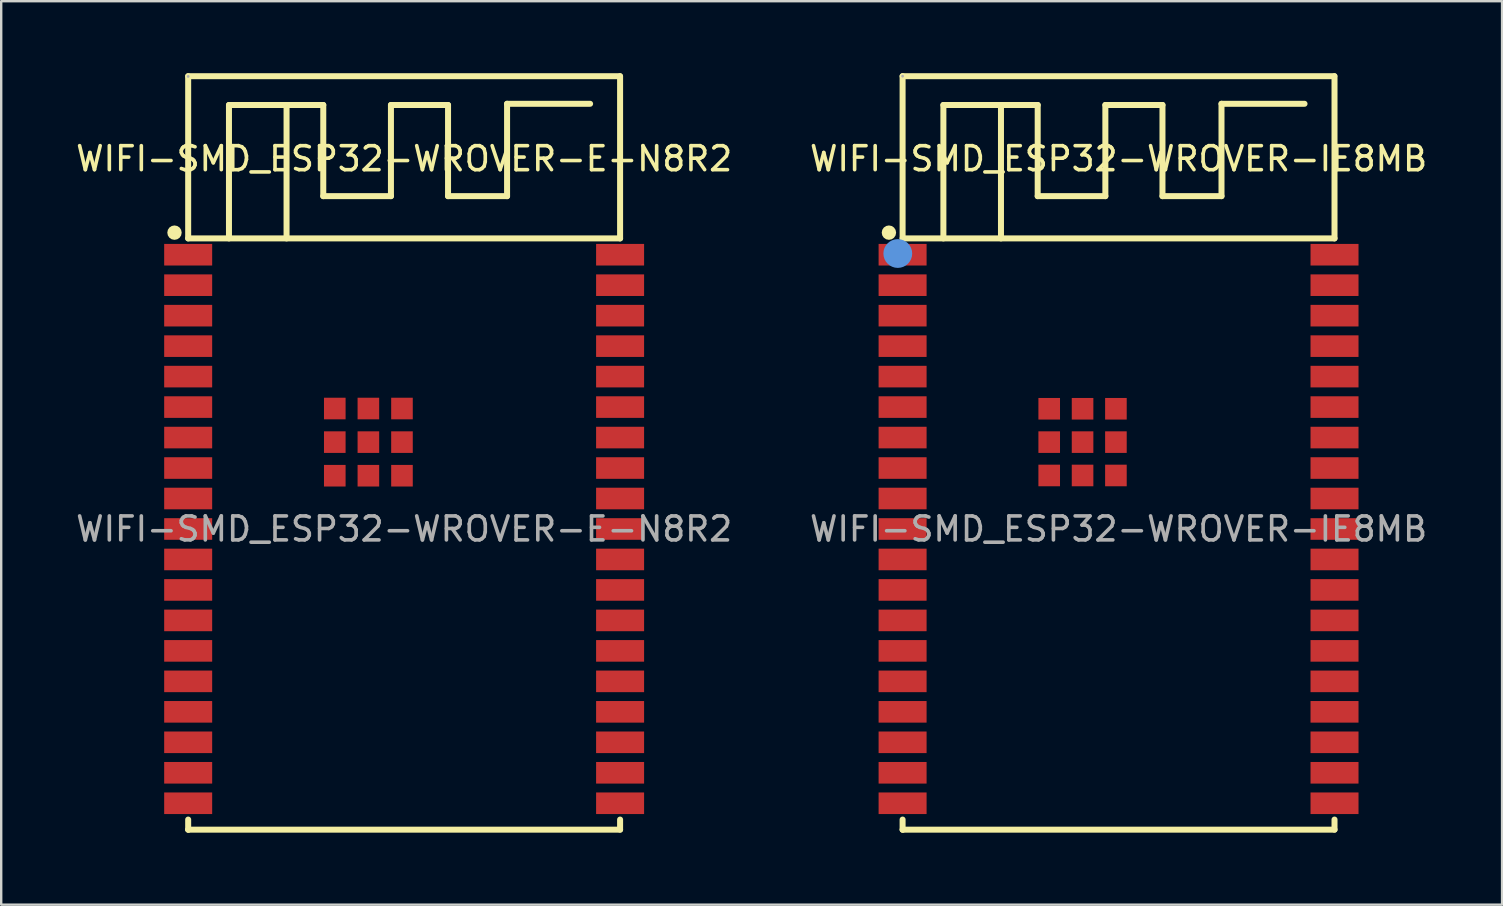
<source format=kicad_pcb>
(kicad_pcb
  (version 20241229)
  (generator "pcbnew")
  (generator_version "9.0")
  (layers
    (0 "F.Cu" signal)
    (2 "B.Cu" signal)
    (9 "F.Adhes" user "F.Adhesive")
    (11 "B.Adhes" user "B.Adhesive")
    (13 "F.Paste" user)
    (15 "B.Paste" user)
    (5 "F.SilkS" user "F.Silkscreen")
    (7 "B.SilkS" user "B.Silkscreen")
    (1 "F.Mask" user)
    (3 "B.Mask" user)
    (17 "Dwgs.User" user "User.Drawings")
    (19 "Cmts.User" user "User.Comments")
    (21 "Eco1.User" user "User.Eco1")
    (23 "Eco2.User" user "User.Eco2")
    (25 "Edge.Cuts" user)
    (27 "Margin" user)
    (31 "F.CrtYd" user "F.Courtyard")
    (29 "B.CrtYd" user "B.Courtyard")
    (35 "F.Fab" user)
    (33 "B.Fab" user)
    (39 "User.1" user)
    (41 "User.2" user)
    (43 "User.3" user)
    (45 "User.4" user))
  (footprint "WIFI-SMD_ESP32-WROVER-IE8MB"
    (layer "F.Cu")
    (at 43.565 18.995)
    (property "Reference" "WIFI-SMD_ESP32-WROVER-IE8MB" (at 0 -15.43 0) (layer "F.SilkS") (effects (font (size 1 1) (thickness 0.15))))
    (attr smd)
    (fp_line (start -9 -18.87) (end 8.99 -18.87) (stroke (width 0.25) (type solid)) (layer "F.SilkS"))
    (fp_line (start -9 -12.11) (end -9 -18.87) (stroke (width 0.25) (type solid)) (layer "F.SilkS"))
    (fp_line (start -9 -12.11) (end 9 -12.11) (stroke (width 0.25) (type solid)) (layer "F.SilkS"))
    (fp_line (start -9 12.53) (end -9 12.11) (stroke (width 0.25) (type solid)) (layer "F.SilkS"))
    (fp_line (start -8.99 12.53) (end -9 12.53) (stroke (width 0.25) (type solid)) (layer "F.SilkS"))
    (fp_line (start -7.3 -17.67) (end -3.37 -17.67) (stroke (width 0.25) (type solid)) (layer "F.SilkS"))
    (fp_line (start -7.3 -12.11) (end -7.3 -17.67) (stroke (width 0.25) (type solid)) (layer "F.SilkS"))
    (fp_line (start -4.9 -17.67) (end -4.9 -12.11) (stroke (width 0.25) (type solid)) (layer "F.SilkS"))
    (fp_line (start -4.56 -17.67) (end -4.9 -17.67) (stroke (width 0.25) (type solid)) (layer "F.SilkS"))
    (fp_line (start -3.37 -17.67) (end -3.37 -13.87) (stroke (width 0.25) (type solid)) (layer "F.SilkS"))
    (fp_line (start -3.37 -13.87) (end -0.55 -13.87) (stroke (width 0.25) (type solid)) (layer "F.SilkS"))
    (fp_line (start -0.55 -17.67) (end 1.83 -17.67) (stroke (width 0.25) (type solid)) (layer "F.SilkS"))
    (fp_line (start -0.55 -13.87) (end -0.55 -17.67) (stroke (width 0.25) (type solid)) (layer "F.SilkS"))
    (fp_line (start 1.83 -17.67) (end 1.83 -13.87) (stroke (width 0.25) (type solid)) (layer "F.SilkS"))
    (fp_line (start 1.83 -13.87) (end 4.29 -13.87) (stroke (width 0.25) (type solid)) (layer "F.SilkS"))
    (fp_line (start 4.29 -17.72) (end 7.75 -17.72) (stroke (width 0.25) (type solid)) (layer "F.SilkS"))
    (fp_line (start 4.29 -13.87) (end 4.29 -17.72) (stroke (width 0.25) (type solid)) (layer "F.SilkS"))
    (fp_line (start 9 -18.87) (end 9 -12.11) (stroke (width 0.25) (type solid)) (layer "F.SilkS"))
    (fp_line (start 9 12.11) (end 9 12.53) (stroke (width 0.25) (type solid)) (layer "F.SilkS"))
    (fp_line (start 9 12.53) (end -8.99 12.53) (stroke (width 0.25) (type solid)) (layer "F.SilkS"))
    (fp_circle (center -9.57 -12.35) (end -9.42 -12.35) (stroke (width 0.3) (type solid)) (fill no) (layer "F.SilkS"))
    (fp_circle (center -9.2 -11.48) (end -8.9 -11.48) (stroke (width 0.6) (type solid)) (fill no) (layer "Cmts.User"))
    (fp_circle (center -9 -18.87) (end -8.97 -18.87) (stroke (width 0.06) (type solid)) (fill no) (layer "F.Fab"))
    (fp_text user "${REFERENCE}" (at 0 0 0) (layer "F.Fab") (effects (font (size 1 1) (thickness 0.15))))
    (pad "1" smd rect (at -9 -11.43) (size 2 0.9) (layers "F.Cu" "F.Mask" "F.Paste"))
    (pad "2" smd rect (at -9 -10.16) (size 2 0.9) (layers "F.Cu" "F.Mask" "F.Paste"))
    (pad "3" smd rect (at -9 -8.89) (size 2 0.9) (layers "F.Cu" "F.Mask" "F.Paste"))
    (pad "4" smd rect (at -9 -7.62) (size 2 0.9) (layers "F.Cu" "F.Mask" "F.Paste"))
    (pad "5" smd rect (at -9 -6.35) (size 2 0.9) (layers "F.Cu" "F.Mask" "F.Paste"))
    (pad "6" smd rect (at -9 -5.08) (size 2 0.9) (layers "F.Cu" "F.Mask" "F.Paste"))
    (pad "7" smd rect (at -9 -3.81) (size 2 0.9) (layers "F.Cu" "F.Mask" "F.Paste"))
    (pad "8" smd rect (at -9 -2.54) (size 2 0.9) (layers "F.Cu" "F.Mask" "F.Paste"))
    (pad "9" smd rect (at -9 -1.27) (size 2 0.9) (layers "F.Cu" "F.Mask" "F.Paste"))
    (pad "10" smd rect (at -9 0) (size 2 0.9) (layers "F.Cu" "F.Mask" "F.Paste"))
    (pad "11" smd rect (at -9 1.27) (size 2 0.9) (layers "F.Cu" "F.Mask" "F.Paste"))
    (pad "12" smd rect (at -9 2.54) (size 2 0.9) (layers "F.Cu" "F.Mask" "F.Paste"))
    (pad "13" smd rect (at -9 3.81) (size 2 0.9) (layers "F.Cu" "F.Mask" "F.Paste"))
    (pad "14" smd rect (at -9 5.08) (size 2 0.9) (layers "F.Cu" "F.Mask" "F.Paste"))
    (pad "15" smd rect (at -9 6.35) (size 2 0.9) (layers "F.Cu" "F.Mask" "F.Paste"))
    (pad "16" smd rect (at -9 7.62) (size 2 0.9) (layers "F.Cu" "F.Mask" "F.Paste"))
    (pad "17" smd rect (at -9 8.89) (size 2 0.9) (layers "F.Cu" "F.Mask" "F.Paste"))
    (pad "18" smd rect (at -9 10.16) (size 2 0.9) (layers "F.Cu" "F.Mask" "F.Paste"))
    (pad "19" smd rect (at -9 11.43) (size 2 0.9) (layers "F.Cu" "F.Mask" "F.Paste"))
    (pad "20" smd rect (at 9 11.43) (size 2 0.9) (layers "F.Cu" "F.Mask" "F.Paste"))
    (pad "21" smd rect (at 9 10.16) (size 2 0.9) (layers "F.Cu" "F.Mask" "F.Paste"))
    (pad "22" smd rect (at 9 8.89) (size 2 0.9) (layers "F.Cu" "F.Mask" "F.Paste"))
    (pad "23" smd rect (at 9 7.62) (size 2 0.9) (layers "F.Cu" "F.Mask" "F.Paste"))
    (pad "24" smd rect (at 9 6.35) (size 2 0.9) (layers "F.Cu" "F.Mask" "F.Paste"))
    (pad "25" smd rect (at 9 5.08) (size 2 0.9) (layers "F.Cu" "F.Mask" "F.Paste"))
    (pad "26" smd rect (at 9 3.81) (size 2 0.9) (layers "F.Cu" "F.Mask" "F.Paste"))
    (pad "27" smd rect (at 9 2.54) (size 2 0.9) (layers "F.Cu" "F.Mask" "F.Paste"))
    (pad "28" smd rect (at 9 1.27) (size 2 0.9) (layers "F.Cu" "F.Mask" "F.Paste"))
    (pad "29" smd rect (at 9 0) (size 2 0.9) (layers "F.Cu" "F.Mask" "F.Paste"))
    (pad "30" smd rect (at 9 -1.27) (size 2 0.9) (layers "F.Cu" "F.Mask" "F.Paste"))
    (pad "31" smd rect (at 9 -2.54) (size 2 0.9) (layers "F.Cu" "F.Mask" "F.Paste"))
    (pad "32" smd rect (at 9 -3.81) (size 2 0.9) (layers "F.Cu" "F.Mask" "F.Paste"))
    (pad "33" smd rect (at 9 -5.08) (size 2 0.9) (layers "F.Cu" "F.Mask" "F.Paste"))
    (pad "34" smd rect (at 9 -6.35) (size 2 0.9) (layers "F.Cu" "F.Mask" "F.Paste"))
    (pad "35" smd rect (at 9 -7.62) (size 2 0.9) (layers "F.Cu" "F.Mask" "F.Paste"))
    (pad "36" smd rect (at 9 -8.89) (size 2 0.9) (layers "F.Cu" "F.Mask" "F.Paste"))
    (pad "37" smd rect (at 9 -10.16) (size 2 0.9) (layers "F.Cu" "F.Mask" "F.Paste"))
    (pad "38" smd rect (at 9 -11.43) (size 2 0.9) (layers "F.Cu" "F.Mask" "F.Paste"))
    (pad "39" smd rect (at -2.89 -5.01) (size 0.9 0.9) (layers "F.Cu" "F.Mask" "F.Paste"))
    (pad "39" smd rect (at -2.89 -3.62) (size 0.9 0.9) (layers "F.Cu" "F.Mask" "F.Paste"))
    (pad "39" smd rect (at -2.89 -2.23) (size 0.9 0.9) (layers "F.Cu" "F.Mask" "F.Paste"))
    (pad "39" smd rect (at -1.5 -5.01) (size 0.9 0.9) (layers "F.Cu" "F.Mask" "F.Paste"))
    (pad "39" smd rect (at -1.5 -3.62) (size 0.9 0.9) (layers "F.Cu" "F.Mask" "F.Paste"))
    (pad "39" smd rect (at -1.5 -2.23) (size 0.9 0.9) (layers "F.Cu" "F.Mask" "F.Paste"))
    (pad "39" smd rect (at -0.11 -5.01) (size 0.9 0.9) (layers "F.Cu" "F.Mask" "F.Paste"))
    (pad "39" smd rect (at -0.11 -3.62) (size 0.9 0.9) (layers "F.Cu" "F.Mask" "F.Paste"))
    (pad "39" smd rect (at -0.11 -2.23) (size 0.9 0.9) (layers "F.Cu" "F.Mask" "F.Paste")))
  (footprint "WIFI-SMD_ESP32-WROVER-E-N8R2"
    (layer "F.Cu")
    (at 13.792 18.995)
    (property "Reference" "WIFI-SMD_ESP32-WROVER-E-N8R2" (at 0 -15.43 0) (layer "F.SilkS") (effects (font (size 1 1) (thickness 0.15))))
    (attr smd)
    (fp_line (start -9 -18.87) (end 8.99 -18.87) (stroke (width 0.25) (type solid)) (layer "F.SilkS"))
    (fp_line (start -9 -12.11) (end -9 -18.87) (stroke (width 0.25) (type solid)) (layer "F.SilkS"))
    (fp_line (start -9 -12.11) (end 9 -12.11) (stroke (width 0.25) (type solid)) (layer "F.SilkS"))
    (fp_line (start -9 12.53) (end -9 12.11) (stroke (width 0.25) (type solid)) (layer "F.SilkS"))
    (fp_line (start -8.99 12.53) (end -9 12.53) (stroke (width 0.25) (type solid)) (layer "F.SilkS"))
    (fp_line (start -7.3 -17.67) (end -3.37 -17.67) (stroke (width 0.25) (type solid)) (layer "F.SilkS"))
    (fp_line (start -7.3 -12.11) (end -7.3 -17.67) (stroke (width 0.25) (type solid)) (layer "F.SilkS"))
    (fp_line (start -4.9 -17.67) (end -4.9 -12.11) (stroke (width 0.25) (type solid)) (layer "F.SilkS"))
    (fp_line (start -4.56 -17.67) (end -4.9 -17.67) (stroke (width 0.25) (type solid)) (layer "F.SilkS"))
    (fp_line (start -3.37 -17.67) (end -3.37 -13.87) (stroke (width 0.25) (type solid)) (layer "F.SilkS"))
    (fp_line (start -3.37 -13.87) (end -0.55 -13.87) (stroke (width 0.25) (type solid)) (layer "F.SilkS"))
    (fp_line (start -0.55 -17.67) (end 1.83 -17.67) (stroke (width 0.25) (type solid)) (layer "F.SilkS"))
    (fp_line (start -0.55 -13.87) (end -0.55 -17.67) (stroke (width 0.25) (type solid)) (layer "F.SilkS"))
    (fp_line (start 1.83 -17.67) (end 1.83 -13.87) (stroke (width 0.25) (type solid)) (layer "F.SilkS"))
    (fp_line (start 1.83 -13.87) (end 4.29 -13.87) (stroke (width 0.25) (type solid)) (layer "F.SilkS"))
    (fp_line (start 4.29 -17.72) (end 7.75 -17.72) (stroke (width 0.25) (type solid)) (layer "F.SilkS"))
    (fp_line (start 4.29 -13.87) (end 4.29 -17.72) (stroke (width 0.25) (type solid)) (layer "F.SilkS"))
    (fp_line (start 9 -18.87) (end 9 -12.11) (stroke (width 0.25) (type solid)) (layer "F.SilkS"))
    (fp_line (start 9 12.11) (end 9 12.53) (stroke (width 0.25) (type solid)) (layer "F.SilkS"))
    (fp_line (start 9 12.53) (end -8.99 12.53) (stroke (width 0.25) (type solid)) (layer "F.SilkS"))
    (fp_circle (center -9.57 -12.35) (end -9.42 -12.35) (stroke (width 0.3) (type solid)) (fill no) (layer "F.SilkS"))
    (fp_circle (center -9 -18.86) (end -8.97 -18.86) (stroke (width 0.06) (type solid)) (fill no) (layer "F.Fab"))
    (fp_text user "${REFERENCE}" (at 0 0 0) (layer "F.Fab") (effects (font (size 1 1) (thickness 0.15))))
    (pad "1" smd rect (at -9 -11.43) (size 2 0.9) (layers "F.Cu" "F.Mask" "F.Paste"))
    (pad "2" smd rect (at -9 -10.16) (size 2 0.9) (layers "F.Cu" "F.Mask" "F.Paste"))
    (pad "3" smd rect (at -9 -8.89) (size 2 0.9) (layers "F.Cu" "F.Mask" "F.Paste"))
    (pad "4" smd rect (at -9 -7.62) (size 2 0.9) (layers "F.Cu" "F.Mask" "F.Paste"))
    (pad "5" smd rect (at -9 -6.35) (size 2 0.9) (layers "F.Cu" "F.Mask" "F.Paste"))
    (pad "6" smd rect (at -9 -5.08) (size 2 0.9) (layers "F.Cu" "F.Mask" "F.Paste"))
    (pad "7" smd rect (at -9 -3.81) (size 2 0.9) (layers "F.Cu" "F.Mask" "F.Paste"))
    (pad "8" smd rect (at -9 -2.54) (size 2 0.9) (layers "F.Cu" "F.Mask" "F.Paste"))
    (pad "9" smd rect (at -9 -1.27) (size 2 0.9) (layers "F.Cu" "F.Mask" "F.Paste"))
    (pad "10" smd rect (at -9 0) (size 2 0.9) (layers "F.Cu" "F.Mask" "F.Paste"))
    (pad "11" smd rect (at -9 1.27) (size 2 0.9) (layers "F.Cu" "F.Mask" "F.Paste"))
    (pad "12" smd rect (at -9 2.54) (size 2 0.9) (layers "F.Cu" "F.Mask" "F.Paste"))
    (pad "13" smd rect (at -9 3.81) (size 2 0.9) (layers "F.Cu" "F.Mask" "F.Paste"))
    (pad "14" smd rect (at -9 5.08) (size 2 0.9) (layers "F.Cu" "F.Mask" "F.Paste"))
    (pad "15" smd rect (at -9 6.35) (size 2 0.9) (layers "F.Cu" "F.Mask" "F.Paste"))
    (pad "16" smd rect (at -9 7.62) (size 2 0.9) (layers "F.Cu" "F.Mask" "F.Paste"))
    (pad "17" smd rect (at -9 8.89) (size 2 0.9) (layers "F.Cu" "F.Mask" "F.Paste"))
    (pad "18" smd rect (at -9 10.16) (size 2 0.9) (layers "F.Cu" "F.Mask" "F.Paste"))
    (pad "19" smd rect (at -9 11.43) (size 2 0.9) (layers "F.Cu" "F.Mask" "F.Paste"))
    (pad "20" smd rect (at 9 11.43) (size 2 0.9) (layers "F.Cu" "F.Mask" "F.Paste"))
    (pad "21" smd rect (at 9 10.16) (size 2 0.9) (layers "F.Cu" "F.Mask" "F.Paste"))
    (pad "22" smd rect (at 9 8.89) (size 2 0.9) (layers "F.Cu" "F.Mask" "F.Paste"))
    (pad "23" smd rect (at 9 7.62) (size 2 0.9) (layers "F.Cu" "F.Mask" "F.Paste"))
    (pad "24" smd rect (at 9 6.35) (size 2 0.9) (layers "F.Cu" "F.Mask" "F.Paste"))
    (pad "25" smd rect (at 9 5.08) (size 2 0.9) (layers "F.Cu" "F.Mask" "F.Paste"))
    (pad "26" smd rect (at 9 3.81) (size 2 0.9) (layers "F.Cu" "F.Mask" "F.Paste"))
    (pad "27" smd rect (at 9 2.54) (size 2 0.9) (layers "F.Cu" "F.Mask" "F.Paste"))
    (pad "28" smd rect (at 9 1.27) (size 2 0.9) (layers "F.Cu" "F.Mask" "F.Paste"))
    (pad "29" smd rect (at 9 0) (size 2 0.9) (layers "F.Cu" "F.Mask" "F.Paste"))
    (pad "30" smd rect (at 9 -1.27) (size 2 0.9) (layers "F.Cu" "F.Mask" "F.Paste"))
    (pad "31" smd rect (at 9 -2.54) (size 2 0.9) (layers "F.Cu" "F.Mask" "F.Paste"))
    (pad "32" smd rect (at 9 -3.81) (size 2 0.9) (layers "F.Cu" "F.Mask" "F.Paste"))
    (pad "33" smd rect (at 9 -5.08) (size 2 0.9) (layers "F.Cu" "F.Mask" "F.Paste"))
    (pad "34" smd rect (at 9 -6.35) (size 2 0.9) (layers "F.Cu" "F.Mask" "F.Paste"))
    (pad "35" smd rect (at 9 -7.62) (size 2 0.9) (layers "F.Cu" "F.Mask" "F.Paste"))
    (pad "36" smd rect (at 9 -8.89) (size 2 0.9) (layers "F.Cu" "F.Mask" "F.Paste"))
    (pad "37" smd rect (at 9 -10.16) (size 2 0.9) (layers "F.Cu" "F.Mask" "F.Paste"))
    (pad "38" smd rect (at 9 -11.43) (size 2 0.9) (layers "F.Cu" "F.Mask" "F.Paste"))
    (pad "39" smd rect (at -2.89 -5.02) (size 0.9 0.9) (layers "F.Cu" "F.Mask" "F.Paste"))
    (pad "39" smd rect (at -2.89 -3.62) (size 0.9 0.9) (layers "F.Cu" "F.Mask" "F.Paste"))
    (pad "39" smd rect (at -2.89 -2.22) (size 0.9 0.9) (layers "F.Cu" "F.Mask" "F.Paste"))
    (pad "39" smd rect (at -1.49 -5.02) (size 0.9 0.9) (layers "F.Cu" "F.Mask" "F.Paste"))
    (pad "39" smd rect (at -1.49 -3.62) (size 0.9 0.9) (layers "F.Cu" "F.Mask" "F.Paste"))
    (pad "39" smd rect (at -1.49 -2.22) (size 0.9 0.9) (layers "F.Cu" "F.Mask" "F.Paste"))
    (pad "39" smd rect (at -0.09 -5.02) (size 0.9 0.9) (layers "F.Cu" "F.Mask" "F.Paste"))
    (pad "39" smd rect (at -0.09 -3.62) (size 0.9 0.9) (layers "F.Cu" "F.Mask" "F.Paste"))
    (pad "39" smd rect (at -0.09 -2.22) (size 0.9 0.9) (layers "F.Cu" "F.Mask" "F.Paste")))
  (gr_rect
    (start -3 -3)
    (end 59.548 34.65)
    (stroke (width 0.1) (type default))
    (fill no)
    (layer "Edge.Cuts")))
</source>
